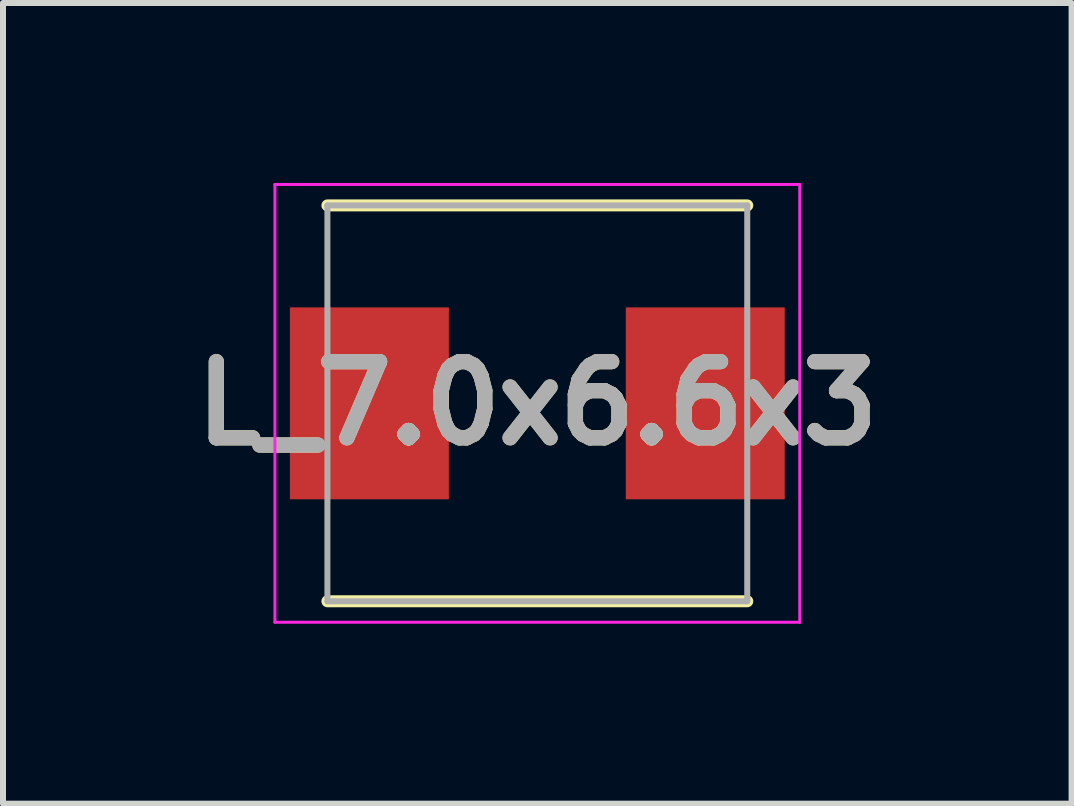
<source format=kicad_pcb>
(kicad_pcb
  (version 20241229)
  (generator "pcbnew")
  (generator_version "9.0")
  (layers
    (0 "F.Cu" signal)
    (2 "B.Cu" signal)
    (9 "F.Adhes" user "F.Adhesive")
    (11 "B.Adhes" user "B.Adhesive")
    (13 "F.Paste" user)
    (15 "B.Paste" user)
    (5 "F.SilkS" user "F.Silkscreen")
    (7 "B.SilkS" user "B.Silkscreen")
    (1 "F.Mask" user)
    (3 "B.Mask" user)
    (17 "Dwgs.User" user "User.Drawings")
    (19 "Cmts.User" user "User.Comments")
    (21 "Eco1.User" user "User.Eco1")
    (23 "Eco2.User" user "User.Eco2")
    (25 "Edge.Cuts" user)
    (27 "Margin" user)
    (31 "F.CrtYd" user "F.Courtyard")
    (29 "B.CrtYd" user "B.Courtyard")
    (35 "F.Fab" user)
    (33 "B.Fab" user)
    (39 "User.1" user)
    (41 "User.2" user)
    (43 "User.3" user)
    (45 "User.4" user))
  (footprint "L_7.0x6.6x3"
    (layer "F.Cu")
    (at 5.909 3.675)
    (property "Reference" "L_7.0x6.6x3" (at 0 0 0) (layer "F.SilkS") (effects (font (size 1.27 1.27) (thickness 0.254))))
    (attr smd)
    (fp_line (start -3.5 3.3) (end 3.5 3.3) (stroke (width 0.2) (type solid)) (layer "F.SilkS"))
    (fp_line (start 3.5 -3.3) (end -3.5 -3.3) (stroke (width 0.2) (type solid)) (layer "F.SilkS"))
    (fp_line (start -4.375 -3.65) (end 4.375 -3.65) (stroke (width 0.05) (type solid)) (layer "F.CrtYd"))
    (fp_line (start -4.375 3.65) (end -4.375 -3.65) (stroke (width 0.05) (type solid)) (layer "F.CrtYd"))
    (fp_line (start 4.375 -3.65) (end 4.375 3.65) (stroke (width 0.05) (type solid)) (layer "F.CrtYd"))
    (fp_line (start 4.375 3.65) (end -4.375 3.65) (stroke (width 0.05) (type solid)) (layer "F.CrtYd"))
    (fp_line (start -3.5 -3.3) (end 3.5 -3.3) (stroke (width 0.1) (type solid)) (layer "F.Fab"))
    (fp_line (start -3.5 3.3) (end -3.5 -3.3) (stroke (width 0.1) (type solid)) (layer "F.Fab"))
    (fp_line (start 3.5 -3.3) (end 3.5 3.3) (stroke (width 0.1) (type solid)) (layer "F.Fab"))
    (fp_line (start 3.5 3.3) (end -3.5 3.3) (stroke (width 0.1) (type solid)) (layer "F.Fab"))
    (fp_text user "${REFERENCE}" (at 0 0 0) (layer "F.Fab") (effects (font (size 1.27 1.27) (thickness 0.254))))
    (pad "1" smd rect (at -2.8 0) (size 2.65 3.2) (layers "F.Cu" "F.Mask" "F.Paste"))
    (pad "2" smd rect (at 2.8 0) (size 2.65 3.2) (layers "F.Cu" "F.Mask" "F.Paste")))
  (gr_rect
    (start -3 -3)
    (end 14.817 10.35)
    (stroke (width 0.1) (type default))
    (fill no)
    (layer "Edge.Cuts")))
</source>
